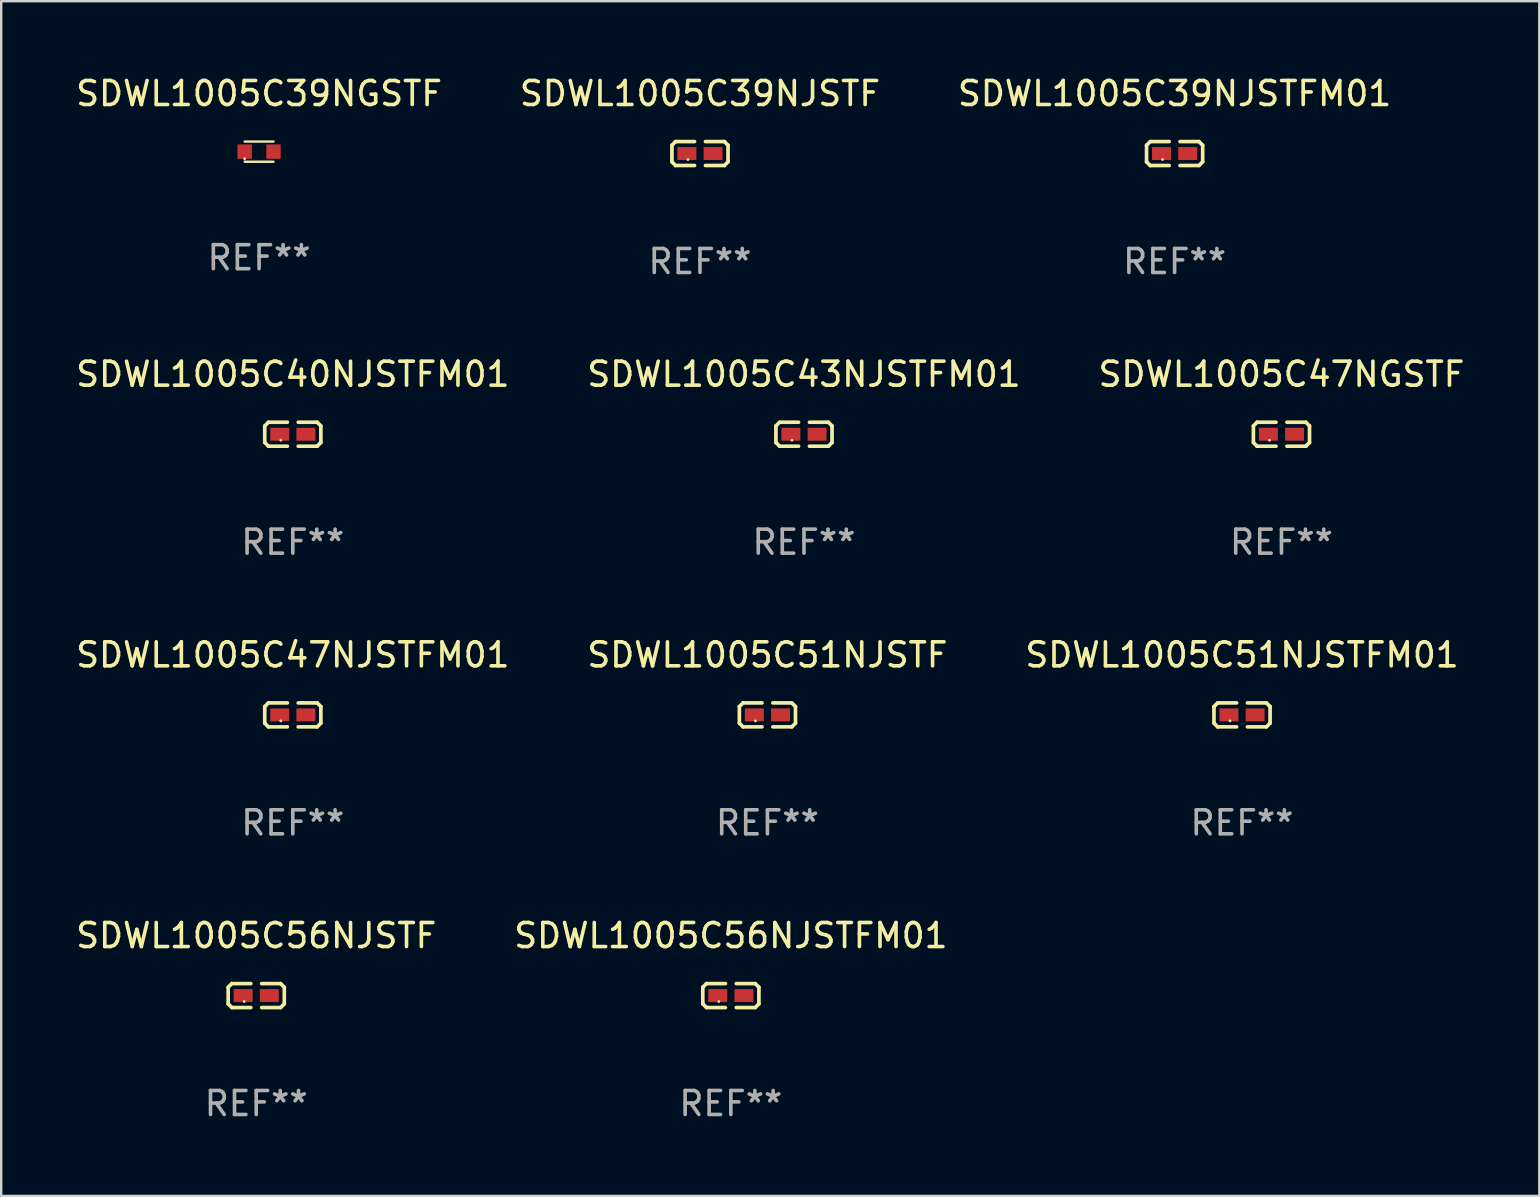
<source format=kicad_pcb>
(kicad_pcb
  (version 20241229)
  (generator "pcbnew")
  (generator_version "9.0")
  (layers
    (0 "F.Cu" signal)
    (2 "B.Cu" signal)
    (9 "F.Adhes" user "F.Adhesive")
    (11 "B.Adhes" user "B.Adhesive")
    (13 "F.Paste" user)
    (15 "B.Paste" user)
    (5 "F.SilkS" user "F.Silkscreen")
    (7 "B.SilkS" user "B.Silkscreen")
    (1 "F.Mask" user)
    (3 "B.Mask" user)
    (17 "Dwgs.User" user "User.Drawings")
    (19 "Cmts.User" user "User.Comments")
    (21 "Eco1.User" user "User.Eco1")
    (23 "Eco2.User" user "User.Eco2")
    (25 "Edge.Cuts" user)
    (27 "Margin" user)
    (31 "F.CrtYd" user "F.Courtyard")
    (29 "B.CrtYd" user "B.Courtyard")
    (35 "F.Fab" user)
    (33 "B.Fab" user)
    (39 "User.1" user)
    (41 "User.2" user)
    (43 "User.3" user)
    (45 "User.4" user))
  (footprint "SDWL1005C51NJSTFM01"
    (layer "F.Cu")
    (at 48.696 26.734)
    (property "Reference" "SDWL1005C51NJSTFM01" (at 0 -2.499 0) (layer "F.SilkS") (effects (font (size 1 1) (thickness 0.15))))
    (attr through_hole)
    (fp_line (start -1.169 -0.346) (end -1.016 -0.499) (stroke (width 0.152) (type solid)) (layer "F.SilkS"))
    (fp_line (start -1.169 0.346) (end -1.169 -0.346) (stroke (width 0.152) (type solid)) (layer "F.SilkS"))
    (fp_line (start -1.016 -0.499) (end -0.226 -0.499) (stroke (width 0.152) (type solid)) (layer "F.SilkS"))
    (fp_line (start -1.016 0.499) (end -1.169 0.346) (stroke (width 0.152) (type solid)) (layer "F.SilkS"))
    (fp_line (start -0.226 0.499) (end -1.016 0.499) (stroke (width 0.152) (type solid)) (layer "F.SilkS"))
    (fp_line (start 0.226 0.499) (end 1.016 0.499) (stroke (width 0.152) (type solid)) (layer "F.SilkS"))
    (fp_line (start 1.016 -0.499) (end 0.226 -0.499) (stroke (width 0.152) (type solid)) (layer "F.SilkS"))
    (fp_line (start 1.016 0.499) (end 1.169 0.346) (stroke (width 0.152) (type solid)) (layer "F.SilkS"))
    (fp_line (start 1.169 -0.346) (end 1.016 -0.499) (stroke (width 0.152) (type solid)) (layer "F.SilkS"))
    (fp_line (start 1.169 0.346) (end 1.169 -0.346) (stroke (width 0.152) (type solid)) (layer "F.SilkS"))
    (fp_circle (center -0.5 0.25) (end -0.47 0.25) (stroke (width 0.06) (type solid)) (fill no) (layer "F.SilkS"))
    (fp_text user "REF**" (at 0 4.499 0) (layer "F.Fab") (effects (font (size 1 1) (thickness 0.15))))
    (pad "1" smd rect (at -0.545 0) (size 0.79 0.54) (layers "F.Cu" "F.Mask" "F.Paste"))
    (pad "2" smd rect (at 0.545 0) (size 0.79 0.54) (layers "F.Cu" "F.Mask" "F.Paste")))
  (footprint "SDWL1005C56NJSTFM01"
    (layer "F.Cu")
    (at 27.399 38.428)
    (property "Reference" "SDWL1005C56NJSTFM01" (at 0 -2.499 0) (layer "F.SilkS") (effects (font (size 1 1) (thickness 0.15))))
    (attr through_hole)
    (fp_line (start -1.169 -0.346) (end -1.016 -0.499) (stroke (width 0.152) (type solid)) (layer "F.SilkS"))
    (fp_line (start -1.169 0.346) (end -1.169 -0.346) (stroke (width 0.152) (type solid)) (layer "F.SilkS"))
    (fp_line (start -1.016 -0.499) (end -0.226 -0.499) (stroke (width 0.152) (type solid)) (layer "F.SilkS"))
    (fp_line (start -1.016 0.499) (end -1.169 0.346) (stroke (width 0.152) (type solid)) (layer "F.SilkS"))
    (fp_line (start -0.226 0.499) (end -1.016 0.499) (stroke (width 0.152) (type solid)) (layer "F.SilkS"))
    (fp_line (start 0.226 0.499) (end 1.016 0.499) (stroke (width 0.152) (type solid)) (layer "F.SilkS"))
    (fp_line (start 1.016 -0.499) (end 0.226 -0.499) (stroke (width 0.152) (type solid)) (layer "F.SilkS"))
    (fp_line (start 1.016 0.499) (end 1.169 0.346) (stroke (width 0.152) (type solid)) (layer "F.SilkS"))
    (fp_line (start 1.169 -0.346) (end 1.016 -0.499) (stroke (width 0.152) (type solid)) (layer "F.SilkS"))
    (fp_line (start 1.169 0.346) (end 1.169 -0.346) (stroke (width 0.152) (type solid)) (layer "F.SilkS"))
    (fp_circle (center -0.5 0.25) (end -0.47 0.25) (stroke (width 0.06) (type solid)) (fill no) (layer "F.SilkS"))
    (fp_text user "REF**" (at 0 4.499 0) (layer "F.Fab") (effects (font (size 1 1) (thickness 0.15))))
    (pad "1" smd rect (at -0.545 0) (size 0.79 0.54) (layers "F.Cu" "F.Mask" "F.Paste"))
    (pad "2" smd rect (at 0.545 0) (size 0.79 0.54) (layers "F.Cu" "F.Mask" "F.Paste")))
  (footprint "SDWL1005C43NJSTFM01"
    (layer "F.Cu")
    (at 30.446 15.041)
    (property "Reference" "SDWL1005C43NJSTFM01" (at 0 -2.499 0) (layer "F.SilkS") (effects (font (size 1 1) (thickness 0.15))))
    (attr through_hole)
    (fp_line (start -1.169 -0.346) (end -1.016 -0.499) (stroke (width 0.152) (type solid)) (layer "F.SilkS"))
    (fp_line (start -1.169 0.346) (end -1.169 -0.346) (stroke (width 0.152) (type solid)) (layer "F.SilkS"))
    (fp_line (start -1.016 -0.499) (end -0.226 -0.499) (stroke (width 0.152) (type solid)) (layer "F.SilkS"))
    (fp_line (start -1.016 0.499) (end -1.169 0.346) (stroke (width 0.152) (type solid)) (layer "F.SilkS"))
    (fp_line (start -0.226 0.499) (end -1.016 0.499) (stroke (width 0.152) (type solid)) (layer "F.SilkS"))
    (fp_line (start 0.226 0.499) (end 1.016 0.499) (stroke (width 0.152) (type solid)) (layer "F.SilkS"))
    (fp_line (start 1.016 -0.499) (end 0.226 -0.499) (stroke (width 0.152) (type solid)) (layer "F.SilkS"))
    (fp_line (start 1.016 0.499) (end 1.169 0.346) (stroke (width 0.152) (type solid)) (layer "F.SilkS"))
    (fp_line (start 1.169 -0.346) (end 1.016 -0.499) (stroke (width 0.152) (type solid)) (layer "F.SilkS"))
    (fp_line (start 1.169 0.346) (end 1.169 -0.346) (stroke (width 0.152) (type solid)) (layer "F.SilkS"))
    (fp_circle (center -0.5 0.25) (end -0.47 0.25) (stroke (width 0.06) (type solid)) (fill no) (layer "F.SilkS"))
    (fp_text user "REF**" (at 0 4.499 0) (layer "F.Fab") (effects (font (size 1 1) (thickness 0.15))))
    (pad "1" smd rect (at -0.545 0) (size 0.79 0.54) (layers "F.Cu" "F.Mask" "F.Paste"))
    (pad "2" smd rect (at 0.545 0) (size 0.79 0.54) (layers "F.Cu" "F.Mask" "F.Paste")))
  (footprint "SDWL1005C39NGSTF"
    (layer "F.Cu")
    (at 7.744 3.268)
    (property "Reference" "SDWL1005C39NGSTF" (at 0 -2.42 0) (layer "F.SilkS") (effects (font (size 1 1) (thickness 0.15))))
    (attr through_hole)
    (fp_line (start -0.6 -0.42) (end 0.6 -0.42) (stroke (width 0.1) (type solid)) (layer "F.SilkS"))
    (fp_line (start -0.6 0.42) (end 0.6 0.42) (stroke (width 0.1) (type solid)) (layer "F.SilkS"))
    (fp_circle (center -0.6 0.3) (end -0.57 0.3) (stroke (width 0.06) (type solid)) (fill no) (layer "F.SilkS"))
    (fp_text user "REF**" (at 0 4.42 0) (layer "F.Fab") (effects (font (size 1 1) (thickness 0.15))))
    (pad "1" smd rect (at -0.6 0) (size 0.6 0.6) (layers "F.Cu" "F.Mask" "F.Paste"))
    (pad "2" smd rect (at 0.6 0) (size 0.6 0.6) (layers "F.Cu" "F.Mask" "F.Paste")))
  (footprint "SDWL1005C47NGSTF"
    (layer "F.Cu")
    (at 50.339 15.041)
    (property "Reference" "SDWL1005C47NGSTF" (at 0 -2.499 0) (layer "F.SilkS") (effects (font (size 1 1) (thickness 0.15))))
    (attr through_hole)
    (fp_line (start -1.169 -0.346) (end -1.016 -0.499) (stroke (width 0.152) (type solid)) (layer "F.SilkS"))
    (fp_line (start -1.169 0.346) (end -1.169 -0.346) (stroke (width 0.152) (type solid)) (layer "F.SilkS"))
    (fp_line (start -1.016 -0.499) (end -0.226 -0.499) (stroke (width 0.152) (type solid)) (layer "F.SilkS"))
    (fp_line (start -1.016 0.499) (end -1.169 0.346) (stroke (width 0.152) (type solid)) (layer "F.SilkS"))
    (fp_line (start -0.226 0.499) (end -1.016 0.499) (stroke (width 0.152) (type solid)) (layer "F.SilkS"))
    (fp_line (start 0.226 0.499) (end 1.016 0.499) (stroke (width 0.152) (type solid)) (layer "F.SilkS"))
    (fp_line (start 1.016 -0.499) (end 0.226 -0.499) (stroke (width 0.152) (type solid)) (layer "F.SilkS"))
    (fp_line (start 1.016 0.499) (end 1.169 0.346) (stroke (width 0.152) (type solid)) (layer "F.SilkS"))
    (fp_line (start 1.169 -0.346) (end 1.016 -0.499) (stroke (width 0.152) (type solid)) (layer "F.SilkS"))
    (fp_line (start 1.169 0.346) (end 1.169 -0.346) (stroke (width 0.152) (type solid)) (layer "F.SilkS"))
    (fp_circle (center -0.5 0.25) (end -0.47 0.25) (stroke (width 0.06) (type solid)) (fill no) (layer "F.SilkS"))
    (fp_text user "REF**" (at 0 4.499 0) (layer "F.Fab") (effects (font (size 1 1) (thickness 0.15))))
    (pad "1" smd rect (at -0.545 0) (size 0.79 0.54) (layers "F.Cu" "F.Mask" "F.Paste"))
    (pad "2" smd rect (at 0.545 0) (size 0.79 0.54) (layers "F.Cu" "F.Mask" "F.Paste")))
  (footprint "SDWL1005C39NJSTFM01"
    (layer "F.Cu")
    (at 45.887 3.347)
    (property "Reference" "SDWL1005C39NJSTFM01" (at 0 -2.499 0) (layer "F.SilkS") (effects (font (size 1 1) (thickness 0.15))))
    (attr through_hole)
    (fp_line (start -1.169 -0.346) (end -1.016 -0.499) (stroke (width 0.152) (type solid)) (layer "F.SilkS"))
    (fp_line (start -1.169 0.346) (end -1.169 -0.346) (stroke (width 0.152) (type solid)) (layer "F.SilkS"))
    (fp_line (start -1.016 -0.499) (end -0.226 -0.499) (stroke (width 0.152) (type solid)) (layer "F.SilkS"))
    (fp_line (start -1.016 0.499) (end -1.169 0.346) (stroke (width 0.152) (type solid)) (layer "F.SilkS"))
    (fp_line (start -0.226 0.499) (end -1.016 0.499) (stroke (width 0.152) (type solid)) (layer "F.SilkS"))
    (fp_line (start 0.226 0.499) (end 1.016 0.499) (stroke (width 0.152) (type solid)) (layer "F.SilkS"))
    (fp_line (start 1.016 -0.499) (end 0.226 -0.499) (stroke (width 0.152) (type solid)) (layer "F.SilkS"))
    (fp_line (start 1.016 0.499) (end 1.169 0.346) (stroke (width 0.152) (type solid)) (layer "F.SilkS"))
    (fp_line (start 1.169 -0.346) (end 1.016 -0.499) (stroke (width 0.152) (type solid)) (layer "F.SilkS"))
    (fp_line (start 1.169 0.346) (end 1.169 -0.346) (stroke (width 0.152) (type solid)) (layer "F.SilkS"))
    (fp_circle (center -0.5 0.25) (end -0.47 0.25) (stroke (width 0.06) (type solid)) (fill no) (layer "F.SilkS"))
    (fp_text user "REF**" (at 0 4.499 0) (layer "F.Fab") (effects (font (size 1 1) (thickness 0.15))))
    (pad "1" smd rect (at -0.545 0) (size 0.79 0.54) (layers "F.Cu" "F.Mask" "F.Paste"))
    (pad "2" smd rect (at 0.545 0) (size 0.79 0.54) (layers "F.Cu" "F.Mask" "F.Paste")))
  (footprint "SDWL1005C47NJSTFM01"
    (layer "F.Cu")
    (at 9.149 26.734)
    (property "Reference" "SDWL1005C47NJSTFM01" (at 0 -2.499 0) (layer "F.SilkS") (effects (font (size 1 1) (thickness 0.15))))
    (attr through_hole)
    (fp_line (start -1.169 -0.346) (end -1.016 -0.499) (stroke (width 0.152) (type solid)) (layer "F.SilkS"))
    (fp_line (start -1.169 0.346) (end -1.169 -0.346) (stroke (width 0.152) (type solid)) (layer "F.SilkS"))
    (fp_line (start -1.016 -0.499) (end -0.226 -0.499) (stroke (width 0.152) (type solid)) (layer "F.SilkS"))
    (fp_line (start -1.016 0.499) (end -1.169 0.346) (stroke (width 0.152) (type solid)) (layer "F.SilkS"))
    (fp_line (start -0.226 0.499) (end -1.016 0.499) (stroke (width 0.152) (type solid)) (layer "F.SilkS"))
    (fp_line (start 0.226 0.499) (end 1.016 0.499) (stroke (width 0.152) (type solid)) (layer "F.SilkS"))
    (fp_line (start 1.016 -0.499) (end 0.226 -0.499) (stroke (width 0.152) (type solid)) (layer "F.SilkS"))
    (fp_line (start 1.016 0.499) (end 1.169 0.346) (stroke (width 0.152) (type solid)) (layer "F.SilkS"))
    (fp_line (start 1.169 -0.346) (end 1.016 -0.499) (stroke (width 0.152) (type solid)) (layer "F.SilkS"))
    (fp_line (start 1.169 0.346) (end 1.169 -0.346) (stroke (width 0.152) (type solid)) (layer "F.SilkS"))
    (fp_circle (center -0.5 0.25) (end -0.47 0.25) (stroke (width 0.06) (type solid)) (fill no) (layer "F.SilkS"))
    (fp_text user "REF**" (at 0 4.499 0) (layer "F.Fab") (effects (font (size 1 1) (thickness 0.15))))
    (pad "1" smd rect (at -0.545 0) (size 0.79 0.54) (layers "F.Cu" "F.Mask" "F.Paste"))
    (pad "2" smd rect (at 0.545 0) (size 0.79 0.54) (layers "F.Cu" "F.Mask" "F.Paste")))
  (footprint "SDWL1005C56NJSTF"
    (layer "F.Cu")
    (at 7.625 38.428)
    (property "Reference" "SDWL1005C56NJSTF" (at 0 -2.499 0) (layer "F.SilkS") (effects (font (size 1 1) (thickness 0.15))))
    (attr through_hole)
    (fp_line (start -1.169 -0.346) (end -1.016 -0.499) (stroke (width 0.152) (type solid)) (layer "F.SilkS"))
    (fp_line (start -1.169 0.346) (end -1.169 -0.346) (stroke (width 0.152) (type solid)) (layer "F.SilkS"))
    (fp_line (start -1.016 -0.499) (end -0.226 -0.499) (stroke (width 0.152) (type solid)) (layer "F.SilkS"))
    (fp_line (start -1.016 0.499) (end -1.169 0.346) (stroke (width 0.152) (type solid)) (layer "F.SilkS"))
    (fp_line (start -0.226 0.499) (end -1.016 0.499) (stroke (width 0.152) (type solid)) (layer "F.SilkS"))
    (fp_line (start 0.226 0.499) (end 1.016 0.499) (stroke (width 0.152) (type solid)) (layer "F.SilkS"))
    (fp_line (start 1.016 -0.499) (end 0.226 -0.499) (stroke (width 0.152) (type solid)) (layer "F.SilkS"))
    (fp_line (start 1.016 0.499) (end 1.169 0.346) (stroke (width 0.152) (type solid)) (layer "F.SilkS"))
    (fp_line (start 1.169 -0.346) (end 1.016 -0.499) (stroke (width 0.152) (type solid)) (layer "F.SilkS"))
    (fp_line (start 1.169 0.346) (end 1.169 -0.346) (stroke (width 0.152) (type solid)) (layer "F.SilkS"))
    (fp_circle (center -0.5 0.25) (end -0.47 0.25) (stroke (width 0.06) (type solid)) (fill no) (layer "F.SilkS"))
    (fp_text user "REF**" (at 0 4.499 0) (layer "F.Fab") (effects (font (size 1 1) (thickness 0.15))))
    (pad "1" smd rect (at -0.545 0) (size 0.79 0.54) (layers "F.Cu" "F.Mask" "F.Paste"))
    (pad "2" smd rect (at 0.545 0) (size 0.79 0.54) (layers "F.Cu" "F.Mask" "F.Paste")))
  (footprint "SDWL1005C51NJSTF"
    (layer "F.Cu")
    (at 28.923 26.734)
    (property "Reference" "SDWL1005C51NJSTF" (at 0 -2.499 0) (layer "F.SilkS") (effects (font (size 1 1) (thickness 0.15))))
    (attr through_hole)
    (fp_line (start -1.169 -0.346) (end -1.016 -0.499) (stroke (width 0.152) (type solid)) (layer "F.SilkS"))
    (fp_line (start -1.169 0.346) (end -1.169 -0.346) (stroke (width 0.152) (type solid)) (layer "F.SilkS"))
    (fp_line (start -1.016 -0.499) (end -0.226 -0.499) (stroke (width 0.152) (type solid)) (layer "F.SilkS"))
    (fp_line (start -1.016 0.499) (end -1.169 0.346) (stroke (width 0.152) (type solid)) (layer "F.SilkS"))
    (fp_line (start -0.226 0.499) (end -1.016 0.499) (stroke (width 0.152) (type solid)) (layer "F.SilkS"))
    (fp_line (start 0.226 0.499) (end 1.016 0.499) (stroke (width 0.152) (type solid)) (layer "F.SilkS"))
    (fp_line (start 1.016 -0.499) (end 0.226 -0.499) (stroke (width 0.152) (type solid)) (layer "F.SilkS"))
    (fp_line (start 1.016 0.499) (end 1.169 0.346) (stroke (width 0.152) (type solid)) (layer "F.SilkS"))
    (fp_line (start 1.169 -0.346) (end 1.016 -0.499) (stroke (width 0.152) (type solid)) (layer "F.SilkS"))
    (fp_line (start 1.169 0.346) (end 1.169 -0.346) (stroke (width 0.152) (type solid)) (layer "F.SilkS"))
    (fp_circle (center -0.5 0.25) (end -0.47 0.25) (stroke (width 0.06) (type solid)) (fill no) (layer "F.SilkS"))
    (fp_text user "REF**" (at 0 4.499 0) (layer "F.Fab") (effects (font (size 1 1) (thickness 0.15))))
    (pad "1" smd rect (at -0.545 0) (size 0.79 0.54) (layers "F.Cu" "F.Mask" "F.Paste"))
    (pad "2" smd rect (at 0.545 0) (size 0.79 0.54) (layers "F.Cu" "F.Mask" "F.Paste")))
  (footprint "SDWL1005C39NJSTF"
    (layer "F.Cu")
    (at 26.113 3.347)
    (property "Reference" "SDWL1005C39NJSTF" (at 0 -2.499 0) (layer "F.SilkS") (effects (font (size 1 1) (thickness 0.15))))
    (attr through_hole)
    (fp_line (start -1.169 -0.346) (end -1.016 -0.499) (stroke (width 0.152) (type solid)) (layer "F.SilkS"))
    (fp_line (start -1.169 0.346) (end -1.169 -0.346) (stroke (width 0.152) (type solid)) (layer "F.SilkS"))
    (fp_line (start -1.016 -0.499) (end -0.226 -0.499) (stroke (width 0.152) (type solid)) (layer "F.SilkS"))
    (fp_line (start -1.016 0.499) (end -1.169 0.346) (stroke (width 0.152) (type solid)) (layer "F.SilkS"))
    (fp_line (start -0.226 0.499) (end -1.016 0.499) (stroke (width 0.152) (type solid)) (layer "F.SilkS"))
    (fp_line (start 0.226 0.499) (end 1.016 0.499) (stroke (width 0.152) (type solid)) (layer "F.SilkS"))
    (fp_line (start 1.016 -0.499) (end 0.226 -0.499) (stroke (width 0.152) (type solid)) (layer "F.SilkS"))
    (fp_line (start 1.016 0.499) (end 1.169 0.346) (stroke (width 0.152) (type solid)) (layer "F.SilkS"))
    (fp_line (start 1.169 -0.346) (end 1.016 -0.499) (stroke (width 0.152) (type solid)) (layer "F.SilkS"))
    (fp_line (start 1.169 0.346) (end 1.169 -0.346) (stroke (width 0.152) (type solid)) (layer "F.SilkS"))
    (fp_circle (center -0.5 0.25) (end -0.47 0.25) (stroke (width 0.06) (type solid)) (fill no) (layer "F.SilkS"))
    (fp_text user "REF**" (at 0 4.499 0) (layer "F.Fab") (effects (font (size 1 1) (thickness 0.15))))
    (pad "1" smd rect (at -0.545 0) (size 0.79 0.54) (layers "F.Cu" "F.Mask" "F.Paste"))
    (pad "2" smd rect (at 0.545 0) (size 0.79 0.54) (layers "F.Cu" "F.Mask" "F.Paste")))
  (footprint "SDWL1005C40NJSTFM01"
    (layer "F.Cu")
    (at 9.149 15.041)
    (property "Reference" "SDWL1005C40NJSTFM01" (at 0 -2.499 0) (layer "F.SilkS") (effects (font (size 1 1) (thickness 0.15))))
    (attr through_hole)
    (fp_line (start -1.169 -0.346) (end -1.016 -0.499) (stroke (width 0.152) (type solid)) (layer "F.SilkS"))
    (fp_line (start -1.169 0.346) (end -1.169 -0.346) (stroke (width 0.152) (type solid)) (layer "F.SilkS"))
    (fp_line (start -1.016 -0.499) (end -0.226 -0.499) (stroke (width 0.152) (type solid)) (layer "F.SilkS"))
    (fp_line (start -1.016 0.499) (end -1.169 0.346) (stroke (width 0.152) (type solid)) (layer "F.SilkS"))
    (fp_line (start -0.226 0.499) (end -1.016 0.499) (stroke (width 0.152) (type solid)) (layer "F.SilkS"))
    (fp_line (start 0.226 0.499) (end 1.016 0.499) (stroke (width 0.152) (type solid)) (layer "F.SilkS"))
    (fp_line (start 1.016 -0.499) (end 0.226 -0.499) (stroke (width 0.152) (type solid)) (layer "F.SilkS"))
    (fp_line (start 1.016 0.499) (end 1.169 0.346) (stroke (width 0.152) (type solid)) (layer "F.SilkS"))
    (fp_line (start 1.169 -0.346) (end 1.016 -0.499) (stroke (width 0.152) (type solid)) (layer "F.SilkS"))
    (fp_line (start 1.169 0.346) (end 1.169 -0.346) (stroke (width 0.152) (type solid)) (layer "F.SilkS"))
    (fp_circle (center -0.5 0.25) (end -0.47 0.25) (stroke (width 0.06) (type solid)) (fill no) (layer "F.SilkS"))
    (fp_text user "REF**" (at 0 4.499 0) (layer "F.Fab") (effects (font (size 1 1) (thickness 0.15))))
    (pad "1" smd rect (at -0.545 0) (size 0.79 0.54) (layers "F.Cu" "F.Mask" "F.Paste"))
    (pad "2" smd rect (at 0.545 0) (size 0.79 0.54) (layers "F.Cu" "F.Mask" "F.Paste")))
  (gr_rect
    (start -3 -3)
    (end 61.083 46.775)
    (stroke (width 0.1) (type default))
    (fill no)
    (layer "Edge.Cuts")))
</source>
